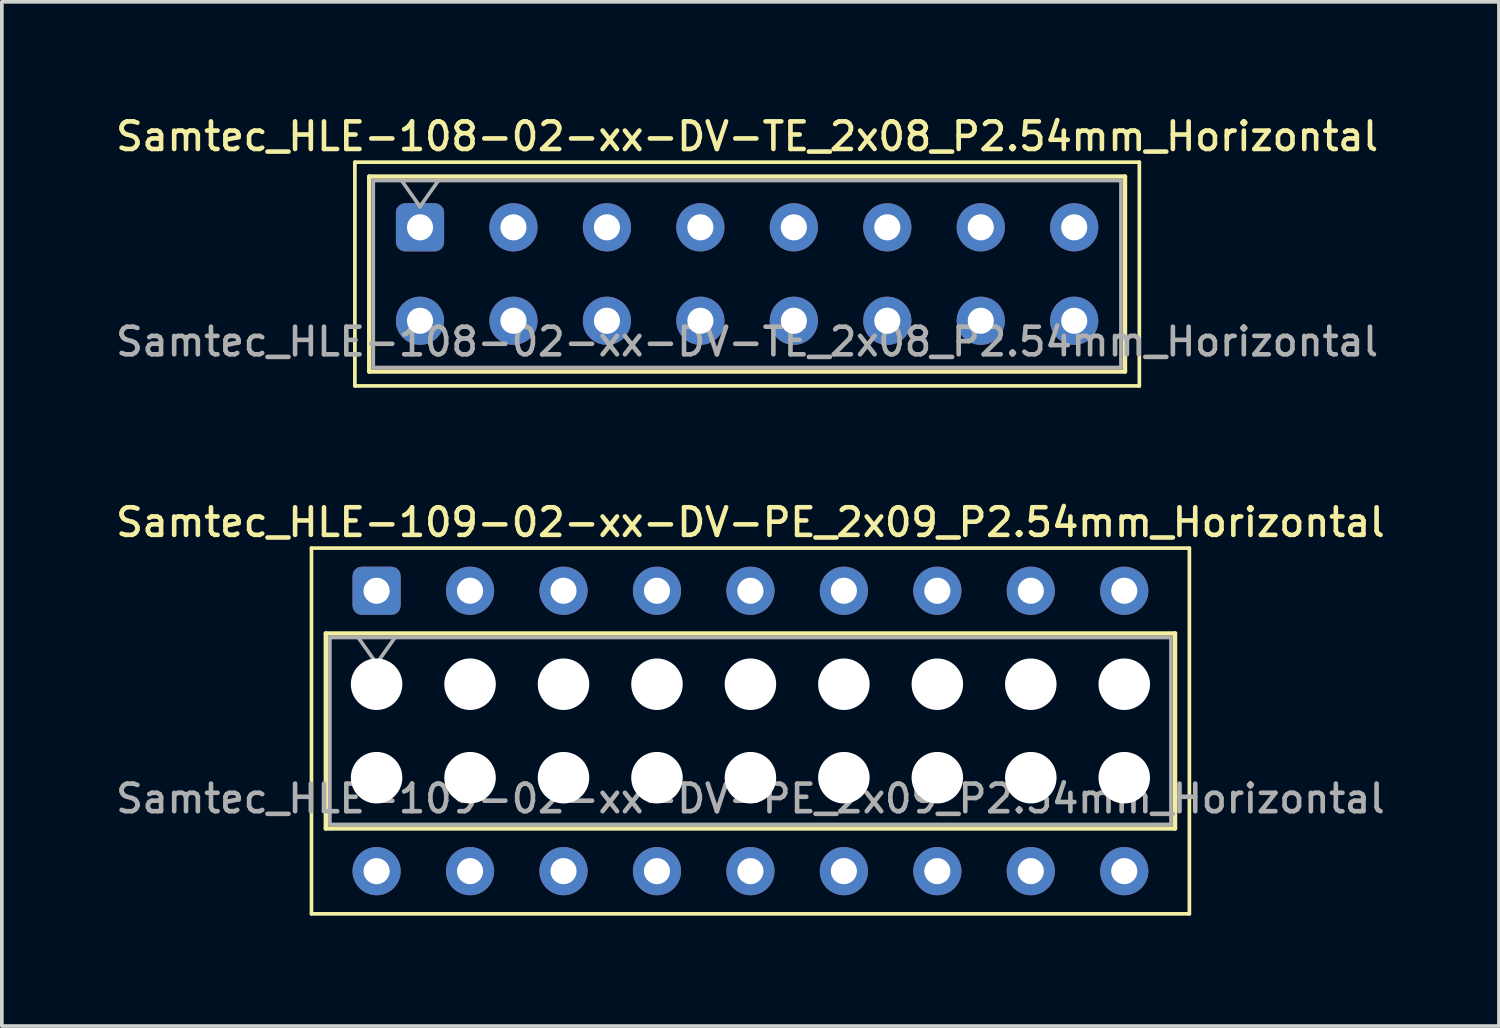
<source format=kicad_pcb>
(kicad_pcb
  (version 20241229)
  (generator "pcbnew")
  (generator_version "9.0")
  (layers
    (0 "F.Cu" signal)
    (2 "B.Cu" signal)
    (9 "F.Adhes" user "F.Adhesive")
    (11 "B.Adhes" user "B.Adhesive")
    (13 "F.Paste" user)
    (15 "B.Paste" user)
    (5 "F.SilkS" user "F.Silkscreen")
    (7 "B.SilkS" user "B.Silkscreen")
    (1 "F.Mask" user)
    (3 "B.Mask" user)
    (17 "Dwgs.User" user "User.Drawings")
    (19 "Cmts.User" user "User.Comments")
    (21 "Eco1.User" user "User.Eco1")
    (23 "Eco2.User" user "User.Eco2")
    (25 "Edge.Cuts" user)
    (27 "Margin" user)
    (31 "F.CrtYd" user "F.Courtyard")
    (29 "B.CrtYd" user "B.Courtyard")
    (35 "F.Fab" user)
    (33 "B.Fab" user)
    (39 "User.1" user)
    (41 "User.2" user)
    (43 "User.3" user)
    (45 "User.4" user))
  (footprint "Samtec_HLE-109-02-xx-DV-PE_2x09_P2.54mm_Horizontal"
    (layer "F.Cu")
    (at 7.185 13.006)
    (property "Reference" "Samtec_HLE-109-02-xx-DV-PE_2x09_P2.54mm_Horizontal" (at 10.16 -1.86 0) (layer "F.SilkS") (effects (font (size 0.75 0.75) (thickness 0.125))))
    (attr through_hole)
    (fp_line (start -1.77 -1.16) (end 22.09 -1.16) (stroke (width 0.1) (type solid)) (layer "F.SilkS"))
    (fp_line (start -1.77 8.78) (end -1.77 -1.16) (stroke (width 0.1) (type solid)) (layer "F.SilkS"))
    (fp_line (start -1.38 1.16) (end 21.7 1.16) (stroke (width 0.12) (type solid)) (layer "F.SilkS"))
    (fp_line (start -1.38 6.46) (end -1.38 1.16) (stroke (width 0.12) (type solid)) (layer "F.SilkS"))
    (fp_line (start 21.7 1.16) (end 21.7 6.46) (stroke (width 0.12) (type solid)) (layer "F.SilkS"))
    (fp_line (start 21.7 6.46) (end -1.38 6.46) (stroke (width 0.12) (type solid)) (layer "F.SilkS"))
    (fp_line (start 22.09 -1.16) (end 22.09 8.78) (stroke (width 0.1) (type solid)) (layer "F.SilkS"))
    (fp_line (start 22.09 8.78) (end -1.77 8.78) (stroke (width 0.1) (type solid)) (layer "F.SilkS"))
    (fp_line (start -1.27 1.27) (end 21.59 1.27) (stroke (width 0.1) (type solid)) (layer "F.Fab"))
    (fp_line (start -1.27 6.35) (end -1.27 1.27) (stroke (width 0.1) (type solid)) (layer "F.Fab"))
    (fp_line (start -0.5 1.27) (end 0 1.977) (stroke (width 0.1) (type solid)) (layer "F.Fab"))
    (fp_line (start 0 1.977) (end 0.5 1.27) (stroke (width 0.1) (type solid)) (layer "F.Fab"))
    (fp_line (start 21.59 1.27) (end 21.59 6.35) (stroke (width 0.1) (type solid)) (layer "F.Fab"))
    (fp_line (start 21.59 6.35) (end -1.27 6.35) (stroke (width 0.1) (type solid)) (layer "F.Fab"))
    (fp_text user "${REFERENCE}" (at 10.16 5.65 0) (layer "F.Fab") (effects (font (size 0.75 0.75) (thickness 0.125))))
    (pad "" np_thru_hole circle (at 0 2.54) (size 1.4 1.4) (drill 1.4) (layers "*.Cu" "*.Mask"))
    (pad "" np_thru_hole circle (at 0 5.08) (size 1.4 1.4) (drill 1.4) (layers "*.Cu" "*.Mask"))
    (pad "" np_thru_hole circle (at 2.54 2.54) (size 1.4 1.4) (drill 1.4) (layers "*.Cu" "*.Mask"))
    (pad "" np_thru_hole circle (at 2.54 5.08) (size 1.4 1.4) (drill 1.4) (layers "*.Cu" "*.Mask"))
    (pad "" np_thru_hole circle (at 5.08 2.54) (size 1.4 1.4) (drill 1.4) (layers "*.Cu" "*.Mask"))
    (pad "" np_thru_hole circle (at 5.08 5.08) (size 1.4 1.4) (drill 1.4) (layers "*.Cu" "*.Mask"))
    (pad "" np_thru_hole circle (at 7.62 2.54) (size 1.4 1.4) (drill 1.4) (layers "*.Cu" "*.Mask"))
    (pad "" np_thru_hole circle (at 7.62 5.08) (size 1.4 1.4) (drill 1.4) (layers "*.Cu" "*.Mask"))
    (pad "" np_thru_hole circle (at 10.16 2.54) (size 1.4 1.4) (drill 1.4) (layers "*.Cu" "*.Mask"))
    (pad "" np_thru_hole circle (at 10.16 5.08) (size 1.4 1.4) (drill 1.4) (layers "*.Cu" "*.Mask"))
    (pad "" np_thru_hole circle (at 12.7 2.54) (size 1.4 1.4) (drill 1.4) (layers "*.Cu" "*.Mask"))
    (pad "" np_thru_hole circle (at 12.7 5.08) (size 1.4 1.4) (drill 1.4) (layers "*.Cu" "*.Mask"))
    (pad "" np_thru_hole circle (at 15.24 2.54) (size 1.4 1.4) (drill 1.4) (layers "*.Cu" "*.Mask"))
    (pad "" np_thru_hole circle (at 15.24 5.08) (size 1.4 1.4) (drill 1.4) (layers "*.Cu" "*.Mask"))
    (pad "" np_thru_hole circle (at 17.78 2.54) (size 1.4 1.4) (drill 1.4) (layers "*.Cu" "*.Mask"))
    (pad "" np_thru_hole circle (at 17.78 5.08) (size 1.4 1.4) (drill 1.4) (layers "*.Cu" "*.Mask"))
    (pad "" np_thru_hole circle (at 20.32 2.54) (size 1.4 1.4) (drill 1.4) (layers "*.Cu" "*.Mask"))
    (pad "" np_thru_hole circle (at 20.32 5.08) (size 1.4 1.4) (drill 1.4) (layers "*.Cu" "*.Mask"))
    (pad "1" thru_hole roundrect (at 0 0) (size 1.31 1.31) (drill 0.71) (layers "*.Cu" "*.Mask") (roundrect_rratio 0.191))
    (pad "2" thru_hole circle (at 0 7.62) (size 1.31 1.31) (drill 0.71) (layers "*.Cu" "*.Mask"))
    (pad "3" thru_hole circle (at 2.54 0) (size 1.31 1.31) (drill 0.71) (layers "*.Cu" "*.Mask"))
    (pad "4" thru_hole circle (at 2.54 7.62) (size 1.31 1.31) (drill 0.71) (layers "*.Cu" "*.Mask"))
    (pad "5" thru_hole circle (at 5.08 0) (size 1.31 1.31) (drill 0.71) (layers "*.Cu" "*.Mask"))
    (pad "6" thru_hole circle (at 5.08 7.62) (size 1.31 1.31) (drill 0.71) (layers "*.Cu" "*.Mask"))
    (pad "7" thru_hole circle (at 7.62 0) (size 1.31 1.31) (drill 0.71) (layers "*.Cu" "*.Mask"))
    (pad "8" thru_hole circle (at 7.62 7.62) (size 1.31 1.31) (drill 0.71) (layers "*.Cu" "*.Mask"))
    (pad "9" thru_hole circle (at 10.16 0) (size 1.31 1.31) (drill 0.71) (layers "*.Cu" "*.Mask"))
    (pad "10" thru_hole circle (at 10.16 7.62) (size 1.31 1.31) (drill 0.71) (layers "*.Cu" "*.Mask"))
    (pad "11" thru_hole circle (at 12.7 0) (size 1.31 1.31) (drill 0.71) (layers "*.Cu" "*.Mask"))
    (pad "12" thru_hole circle (at 12.7 7.62) (size 1.31 1.31) (drill 0.71) (layers "*.Cu" "*.Mask"))
    (pad "13" thru_hole circle (at 15.24 0) (size 1.31 1.31) (drill 0.71) (layers "*.Cu" "*.Mask"))
    (pad "14" thru_hole circle (at 15.24 7.62) (size 1.31 1.31) (drill 0.71) (layers "*.Cu" "*.Mask"))
    (pad "15" thru_hole circle (at 17.78 0) (size 1.31 1.31) (drill 0.71) (layers "*.Cu" "*.Mask"))
    (pad "16" thru_hole circle (at 17.78 7.62) (size 1.31 1.31) (drill 0.71) (layers "*.Cu" "*.Mask"))
    (pad "17" thru_hole circle (at 20.32 0) (size 1.31 1.31) (drill 0.71) (layers "*.Cu" "*.Mask"))
    (pad "18" thru_hole circle (at 20.32 7.62) (size 1.31 1.31) (drill 0.71) (layers "*.Cu" "*.Mask")))
  (footprint "Samtec_HLE-108-02-xx-DV-TE_2x08_P2.54mm_Horizontal"
    (layer "F.Cu")
    (at 8.365 3.128)
    (property "Reference" "Samtec_HLE-108-02-xx-DV-TE_2x08_P2.54mm_Horizontal" (at 8.89 -2.47 0) (layer "F.SilkS") (effects (font (size 0.75 0.75) (thickness 0.125))))
    (attr through_hole)
    (fp_line (start -1.77 -1.77) (end 19.55 -1.77) (stroke (width 0.1) (type solid)) (layer "F.SilkS"))
    (fp_line (start -1.77 4.31) (end -1.77 -1.77) (stroke (width 0.1) (type solid)) (layer "F.SilkS"))
    (fp_line (start -1.38 -1.38) (end 19.16 -1.38) (stroke (width 0.12) (type solid)) (layer "F.SilkS"))
    (fp_line (start -1.38 3.92) (end -1.38 -1.38) (stroke (width 0.12) (type solid)) (layer "F.SilkS"))
    (fp_line (start 19.16 -1.38) (end 19.16 3.92) (stroke (width 0.12) (type solid)) (layer "F.SilkS"))
    (fp_line (start 19.16 3.92) (end -1.38 3.92) (stroke (width 0.12) (type solid)) (layer "F.SilkS"))
    (fp_line (start 19.55 -1.77) (end 19.55 4.31) (stroke (width 0.1) (type solid)) (layer "F.SilkS"))
    (fp_line (start 19.55 4.31) (end -1.77 4.31) (stroke (width 0.1) (type solid)) (layer "F.SilkS"))
    (fp_line (start -1.27 -1.27) (end 19.05 -1.27) (stroke (width 0.1) (type solid)) (layer "F.Fab"))
    (fp_line (start -1.27 3.81) (end -1.27 -1.27) (stroke (width 0.1) (type solid)) (layer "F.Fab"))
    (fp_line (start -0.5 -1.27) (end 0 -0.563) (stroke (width 0.1) (type solid)) (layer "F.Fab"))
    (fp_line (start 0 -0.563) (end 0.5 -1.27) (stroke (width 0.1) (type solid)) (layer "F.Fab"))
    (fp_line (start 19.05 -1.27) (end 19.05 3.81) (stroke (width 0.1) (type solid)) (layer "F.Fab"))
    (fp_line (start 19.05 3.81) (end -1.27 3.81) (stroke (width 0.1) (type solid)) (layer "F.Fab"))
    (fp_text user "${REFERENCE}" (at 8.89 3.11 0) (layer "F.Fab") (effects (font (size 0.75 0.75) (thickness 0.125))))
    (pad "1" thru_hole roundrect (at 0 0) (size 1.31 1.31) (drill 0.71) (layers "*.Cu" "*.Mask") (roundrect_rratio 0.191))
    (pad "2" thru_hole circle (at 0 2.54) (size 1.31 1.31) (drill 0.71) (layers "*.Cu" "*.Mask"))
    (pad "3" thru_hole circle (at 2.54 0) (size 1.31 1.31) (drill 0.71) (layers "*.Cu" "*.Mask"))
    (pad "4" thru_hole circle (at 2.54 2.54) (size 1.31 1.31) (drill 0.71) (layers "*.Cu" "*.Mask"))
    (pad "5" thru_hole circle (at 5.08 0) (size 1.31 1.31) (drill 0.71) (layers "*.Cu" "*.Mask"))
    (pad "6" thru_hole circle (at 5.08 2.54) (size 1.31 1.31) (drill 0.71) (layers "*.Cu" "*.Mask"))
    (pad "7" thru_hole circle (at 7.62 0) (size 1.31 1.31) (drill 0.71) (layers "*.Cu" "*.Mask"))
    (pad "8" thru_hole circle (at 7.62 2.54) (size 1.31 1.31) (drill 0.71) (layers "*.Cu" "*.Mask"))
    (pad "9" thru_hole circle (at 10.16 0) (size 1.31 1.31) (drill 0.71) (layers "*.Cu" "*.Mask"))
    (pad "10" thru_hole circle (at 10.16 2.54) (size 1.31 1.31) (drill 0.71) (layers "*.Cu" "*.Mask"))
    (pad "11" thru_hole circle (at 12.7 0) (size 1.31 1.31) (drill 0.71) (layers "*.Cu" "*.Mask"))
    (pad "12" thru_hole circle (at 12.7 2.54) (size 1.31 1.31) (drill 0.71) (layers "*.Cu" "*.Mask"))
    (pad "13" thru_hole circle (at 15.24 0) (size 1.31 1.31) (drill 0.71) (layers "*.Cu" "*.Mask"))
    (pad "14" thru_hole circle (at 15.24 2.54) (size 1.31 1.31) (drill 0.71) (layers "*.Cu" "*.Mask"))
    (pad "15" thru_hole circle (at 17.78 0) (size 1.31 1.31) (drill 0.71) (layers "*.Cu" "*.Mask"))
    (pad "16" thru_hole circle (at 17.78 2.54) (size 1.31 1.31) (drill 0.71) (layers "*.Cu" "*.Mask")))
  (gr_rect
    (start -3 -3)
    (end 37.689 24.836)
    (stroke (width 0.1) (type default))
    (fill no)
    (layer "Edge.Cuts")))
</source>
